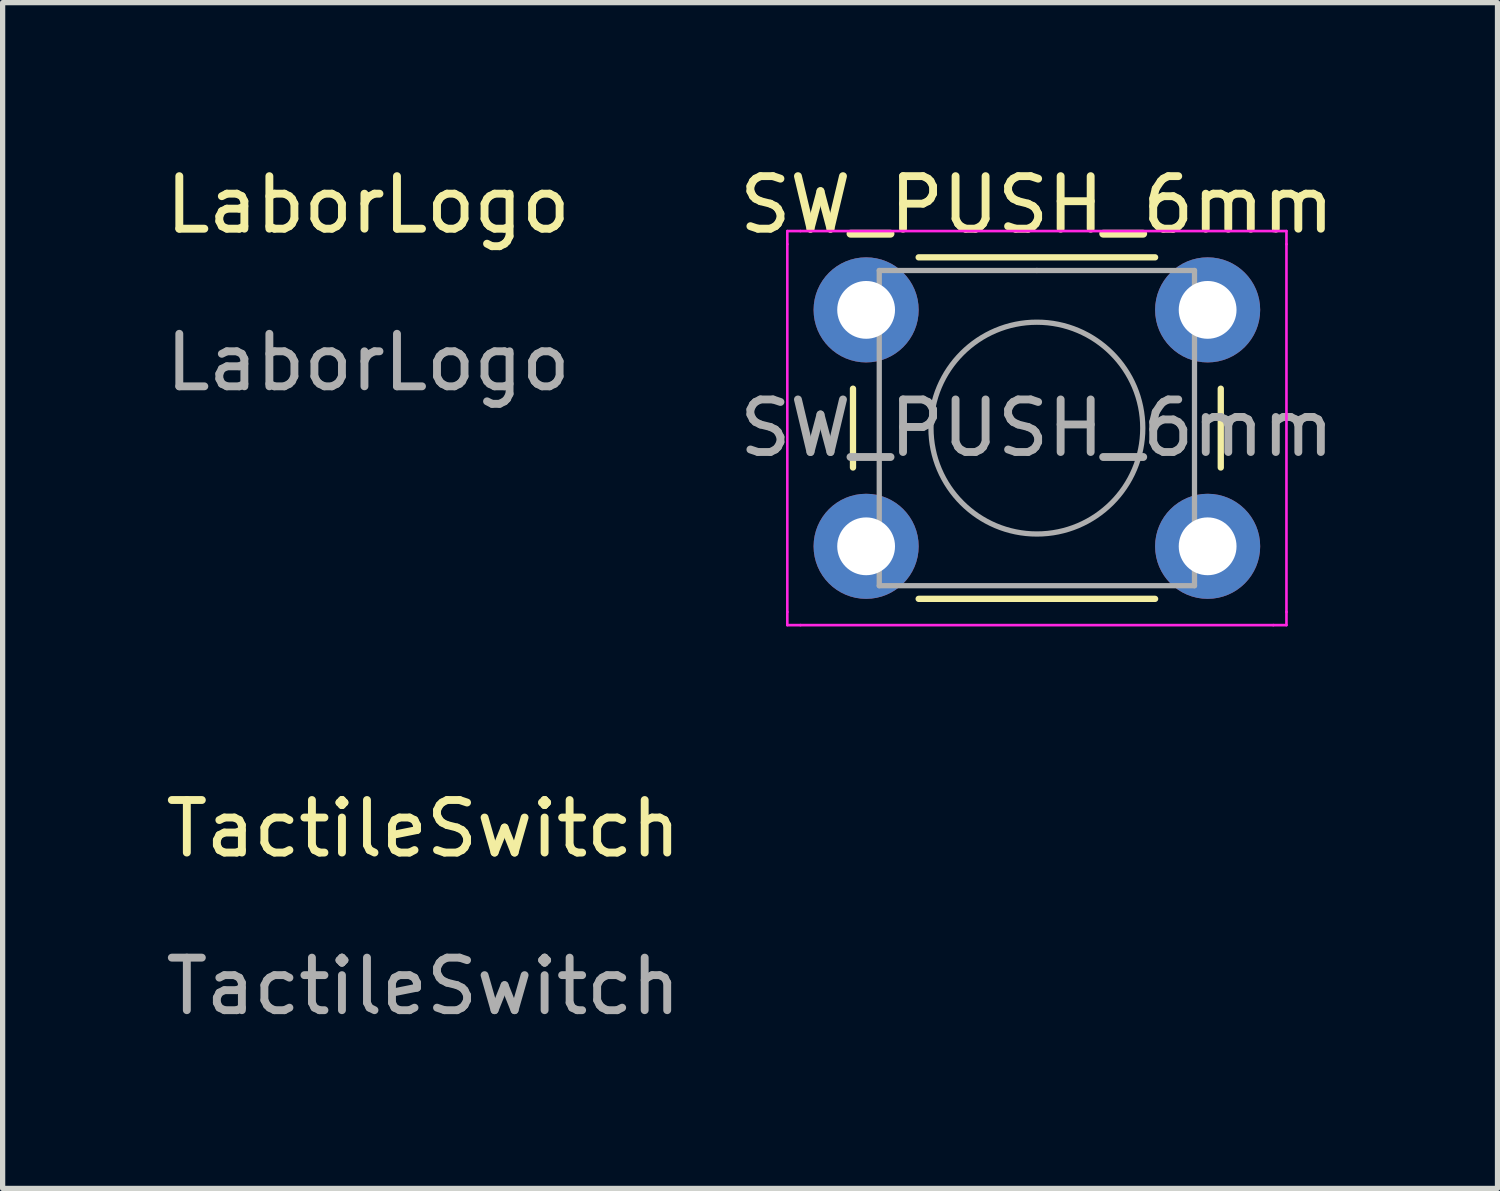
<source format=kicad_pcb>
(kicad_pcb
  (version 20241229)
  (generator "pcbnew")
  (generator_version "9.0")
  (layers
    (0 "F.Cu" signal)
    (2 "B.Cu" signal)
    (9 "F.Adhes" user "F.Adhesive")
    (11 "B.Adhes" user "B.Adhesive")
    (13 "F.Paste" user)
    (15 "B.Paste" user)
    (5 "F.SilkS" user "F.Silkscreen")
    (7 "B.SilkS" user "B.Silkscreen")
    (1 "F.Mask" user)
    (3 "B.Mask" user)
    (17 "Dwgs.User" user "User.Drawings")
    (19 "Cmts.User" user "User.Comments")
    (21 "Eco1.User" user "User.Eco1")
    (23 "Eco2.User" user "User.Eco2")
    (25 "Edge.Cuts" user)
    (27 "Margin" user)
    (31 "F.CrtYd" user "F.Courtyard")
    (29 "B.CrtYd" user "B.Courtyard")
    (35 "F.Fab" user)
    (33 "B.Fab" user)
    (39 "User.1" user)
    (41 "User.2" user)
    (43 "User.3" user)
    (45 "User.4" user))
  (footprint "SW_PUSH_6mm"
    (layer "F.Cu")
    (at 13.435 2.848)
    (property "Reference" "SW_PUSH_6mm" (at 3.25 -2 0) (layer "F.SilkS") (effects (font (size 1 1) (thickness 0.15))))
    (attr through_hole)
    (fp_line (start -0.25 1.5) (end -0.25 3) (stroke (width 0.12) (type solid)) (layer "F.SilkS"))
    (fp_line (start 1 5.5) (end 5.5 5.5) (stroke (width 0.12) (type solid)) (layer "F.SilkS"))
    (fp_line (start 5.5 -1) (end 1 -1) (stroke (width 0.12) (type solid)) (layer "F.SilkS"))
    (fp_line (start 6.75 3) (end 6.75 1.5) (stroke (width 0.12) (type solid)) (layer "F.SilkS"))
    (fp_line (start -1.5 -1.5) (end -1.25 -1.5) (stroke (width 0.05) (type solid)) (layer "F.CrtYd"))
    (fp_line (start -1.5 -1.25) (end -1.5 -1.5) (stroke (width 0.05) (type solid)) (layer "F.CrtYd"))
    (fp_line (start -1.5 5.75) (end -1.5 -1.25) (stroke (width 0.05) (type solid)) (layer "F.CrtYd"))
    (fp_line (start -1.5 5.75) (end -1.5 6) (stroke (width 0.05) (type solid)) (layer "F.CrtYd"))
    (fp_line (start -1.5 6) (end -1.25 6) (stroke (width 0.05) (type solid)) (layer "F.CrtYd"))
    (fp_line (start -1.25 -1.5) (end 7.75 -1.5) (stroke (width 0.05) (type solid)) (layer "F.CrtYd"))
    (fp_line (start 7.75 -1.5) (end 8 -1.5) (stroke (width 0.05) (type solid)) (layer "F.CrtYd"))
    (fp_line (start 7.75 6) (end -1.25 6) (stroke (width 0.05) (type solid)) (layer "F.CrtYd"))
    (fp_line (start 7.75 6) (end 8 6) (stroke (width 0.05) (type solid)) (layer "F.CrtYd"))
    (fp_line (start 8 -1.5) (end 8 -1.25) (stroke (width 0.05) (type solid)) (layer "F.CrtYd"))
    (fp_line (start 8 -1.25) (end 8 5.75) (stroke (width 0.05) (type solid)) (layer "F.CrtYd"))
    (fp_line (start 8 6) (end 8 5.75) (stroke (width 0.05) (type solid)) (layer "F.CrtYd"))
    (fp_line (start 0.25 -0.75) (end 3.25 -0.75) (stroke (width 0.1) (type solid)) (layer "F.Fab"))
    (fp_line (start 0.25 5.25) (end 0.25 -0.75) (stroke (width 0.1) (type solid)) (layer "F.Fab"))
    (fp_line (start 3.25 -0.75) (end 6.25 -0.75) (stroke (width 0.1) (type solid)) (layer "F.Fab"))
    (fp_line (start 6.25 -0.75) (end 6.25 5.25) (stroke (width 0.1) (type solid)) (layer "F.Fab"))
    (fp_line (start 6.25 5.25) (end 0.25 5.25) (stroke (width 0.1) (type solid)) (layer "F.Fab"))
    (fp_circle (center 3.25 2.25) (end 1.25 2.5) (stroke (width 0.1) (type solid)) (fill no) (layer "F.Fab"))
    (fp_text user "${REFERENCE}" (at 3.25 2.25 0) (layer "F.Fab") (effects (font (size 1 1) (thickness 0.15))))
    (pad "1" thru_hole circle (at 0 0 90) (size 2 2) (drill 1.1) (layers "*.Cu" "*.Mask"))
    (pad "2" thru_hole circle (at 6.5 0 90) (size 2 2) (drill 1.1) (layers "*.Cu" "*.Mask"))
    (pad "3" thru_hole circle (at 0 4.5 90) (size 2 2) (drill 1.1) (layers "*.Cu" "*.Mask"))
    (pad "4" thru_hole circle (at 6.5 4.5 90) (size 2 2) (drill 1.1) (layers "*.Cu" "*.Mask")))
  (footprint "TactileSwitch"
    (layer "F.Cu")
    (at 5.006 13.222)
    (property "Reference" "TactileSwitch" (at 0 -0.5 0) (unlocked yes) (layer "F.SilkS") (effects (font (size 1 1) (thickness 0.15))))
    (attr through_hole)
    (fp_text user "${REFERENCE}" (at 0 2.5 0) (unlocked yes) (layer "F.Fab") (effects (font (size 1 1) (thickness 0.15)))))
  (footprint "LaborLogo"
    (layer "F.Cu")
    (at 3.958 1.348)
    (property "Reference" "LaborLogo" (at 0 -0.5 0) (unlocked yes) (layer "F.SilkS") (effects (font (size 1 1) (thickness 0.15))))
    (fp_text user "${REFERENCE}" (at 0 2.5 0) (unlocked yes) (layer "F.Fab") (effects (font (size 1 1) (thickness 0.15)))))
  (gr_rect
    (start -3 -3)
    (end 25.452 19.57)
    (stroke (width 0.1) (type default))
    (fill no)
    (layer "Edge.Cuts")))
</source>
